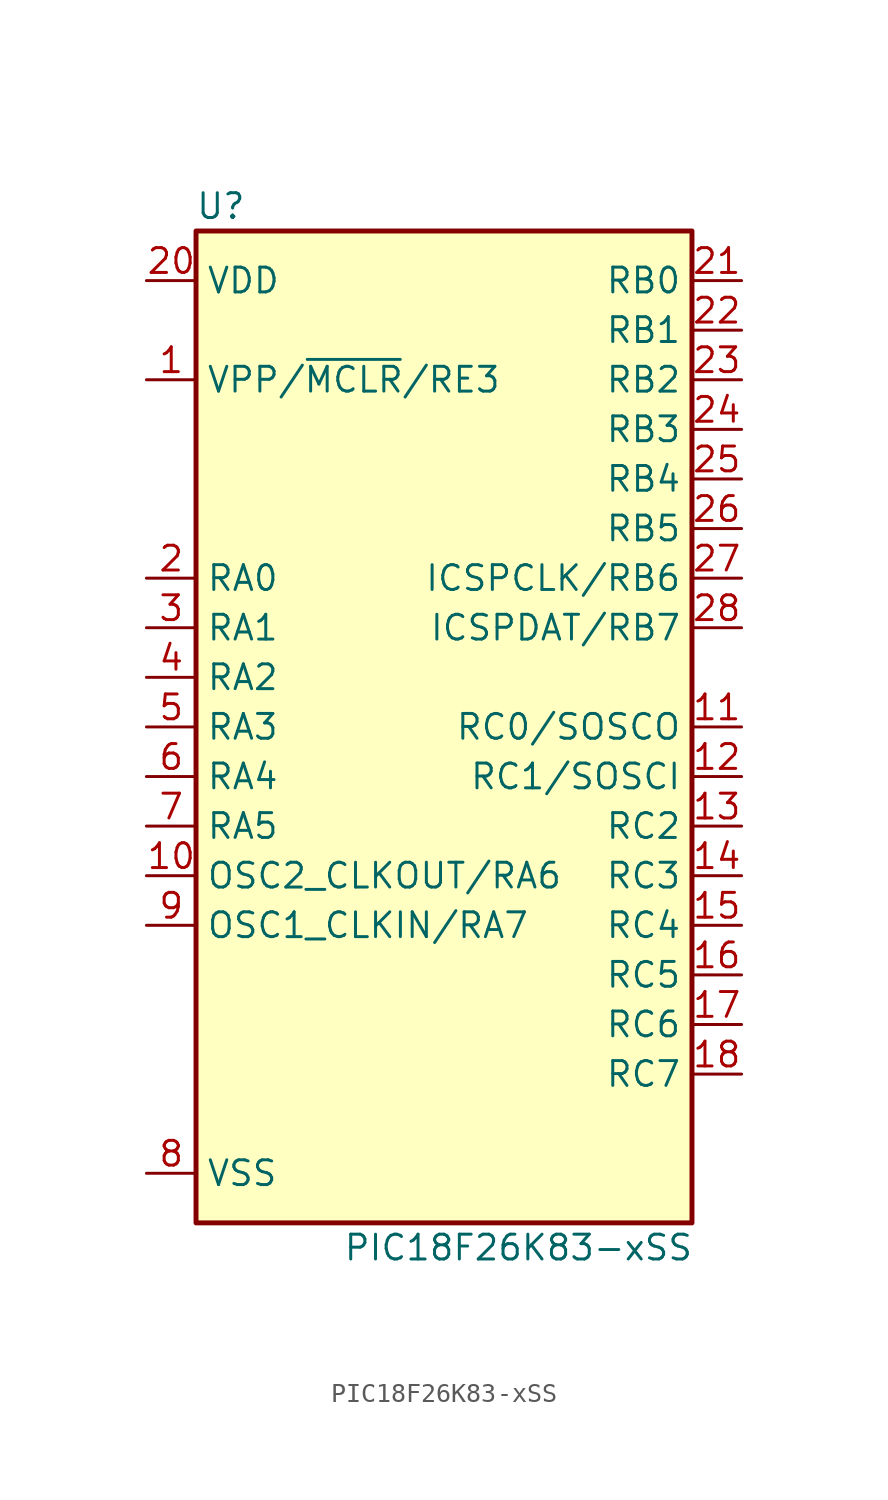
<source format=kicad_sym>
(kicad_symbol_lib
  (version 20220914)
  (generator kicad_symbol_editor)
  (symbol "PIC18F26K83-xSS"
    (property "Reference" "U"
      (at -11.43 26.67 0)
      (effects (font (size 1.27 1.27))))
    (property "Value" "PIC18F26K83-xSS"
      (at 3.81 -26.67 0)
      (effects (font (size 1.27 1.27))))
    (symbol "PIC18F26K83-xSS_0_1"
      (rectangle (start -12.7 25.4) (end 12.7 -25.4) (stroke (width 0.254) (type default)) (fill (type background))))
    (symbol "PIC18F26K83-xSS_1_1"
      (pin input line (at -15.24 17.78 0) (length 2.54) (name "VPP/~{MCLR}/RE3" (effects (font (size 1.27 1.27)))) (number "1" (effects (font (size 1.27 1.27)))))
      (pin bidirectional line (at -15.24 -7.62 0) (length 2.54) (name "OSC2_CLKOUT/RA6" (effects (font (size 1.27 1.27)))) (number "10" (effects (font (size 1.27 1.27)))))
      (pin bidirectional line (at 15.24 0 180) (length 2.54) (name "RC0/SOSCO" (effects (font (size 1.27 1.27)))) (number "11" (effects (font (size 1.27 1.27)))))
      (pin bidirectional line (at 15.24 -2.54 180) (length 2.54) (name "RC1/SOSCI" (effects (font (size 1.27 1.27)))) (number "12" (effects (font (size 1.27 1.27)))))
      (pin bidirectional line (at 15.24 -5.08 180) (length 2.54) (name "RC2" (effects (font (size 1.27 1.27)))) (number "13" (effects (font (size 1.27 1.27)))))
      (pin bidirectional line (at 15.24 -7.62 180) (length 2.54) (name "RC3" (effects (font (size 1.27 1.27)))) (number "14" (effects (font (size 1.27 1.27)))))
      (pin bidirectional line (at 15.24 -10.16 180) (length 2.54) (name "RC4" (effects (font (size 1.27 1.27)))) (number "15" (effects (font (size 1.27 1.27)))))
      (pin bidirectional line (at 15.24 -12.7 180) (length 2.54) (name "RC5" (effects (font (size 1.27 1.27)))) (number "16" (effects (font (size 1.27 1.27)))))
      (pin bidirectional line (at 15.24 -15.24 180) (length 2.54) (name "RC6" (effects (font (size 1.27 1.27)))) (number "17" (effects (font (size 1.27 1.27)))))
      (pin bidirectional line (at 15.24 -17.78 180) (length 2.54) (name "RC7" (effects (font (size 1.27 1.27)))) (number "18" (effects (font (size 1.27 1.27)))))
      (pin passive line (at -15.24 -22.86 0) (length 2.54) hide (name "VSS" (effects (font (size 1.27 1.27)))) (number "19" (effects (font (size 1.27 1.27)))))
      (pin bidirectional line (at -15.24 7.62 0) (length 2.54) (name "RA0" (effects (font (size 1.27 1.27)))) (number "2" (effects (font (size 1.27 1.27)))))
      (pin power_in line (at -15.24 22.86 0) (length 2.54) (name "VDD" (effects (font (size 1.27 1.27)))) (number "20" (effects (font (size 1.27 1.27)))))
      (pin bidirectional line (at 15.24 22.86 180) (length 2.54) (name "RB0" (effects (font (size 1.27 1.27)))) (number "21" (effects (font (size 1.27 1.27)))))
      (pin bidirectional line (at 15.24 20.32 180) (length 2.54) (name "RB1" (effects (font (size 1.27 1.27)))) (number "22" (effects (font (size 1.27 1.27)))))
      (pin bidirectional line (at 15.24 17.78 180) (length 2.54) (name "RB2" (effects (font (size 1.27 1.27)))) (number "23" (effects (font (size 1.27 1.27)))))
      (pin bidirectional line (at 15.24 15.24 180) (length 2.54) (name "RB3" (effects (font (size 1.27 1.27)))) (number "24" (effects (font (size 1.27 1.27)))))
      (pin bidirectional line (at 15.24 12.7 180) (length 2.54) (name "RB4" (effects (font (size 1.27 1.27)))) (number "25" (effects (font (size 1.27 1.27)))))
      (pin bidirectional line (at 15.24 10.16 180) (length 2.54) (name "RB5" (effects (font (size 1.27 1.27)))) (number "26" (effects (font (size 1.27 1.27)))))
      (pin bidirectional line (at 15.24 7.62 180) (length 2.54) (name "ICSPCLK/RB6" (effects (font (size 1.27 1.27)))) (number "27" (effects (font (size 1.27 1.27)))))
      (pin bidirectional line (at 15.24 5.08 180) (length 2.54) (name "ICSPDAT/RB7" (effects (font (size 1.27 1.27)))) (number "28" (effects (font (size 1.27 1.27)))))
      (pin bidirectional line (at -15.24 5.08 0) (length 2.54) (name "RA1" (effects (font (size 1.27 1.27)))) (number "3" (effects (font (size 1.27 1.27)))))
      (pin bidirectional line (at -15.24 2.54 0) (length 2.54) (name "RA2" (effects (font (size 1.27 1.27)))) (number "4" (effects (font (size 1.27 1.27)))))
      (pin bidirectional line (at -15.24 0 0) (length 2.54) (name "RA3" (effects (font (size 1.27 1.27)))) (number "5" (effects (font (size 1.27 1.27)))))
      (pin bidirectional line (at -15.24 -2.54 0) (length 2.54) (name "RA4" (effects (font (size 1.27 1.27)))) (number "6" (effects (font (size 1.27 1.27)))))
      (pin bidirectional line (at -15.24 -5.08 0) (length 2.54) (name "RA5" (effects (font (size 1.27 1.27)))) (number "7" (effects (font (size 1.27 1.27)))))
      (pin power_in line (at -15.24 -22.86 0) (length 2.54) (name "VSS" (effects (font (size 1.27 1.27)))) (number "8" (effects (font (size 1.27 1.27)))))
      (pin bidirectional line (at -15.24 -10.16 0) (length 2.54) (name "OSC1_CLKIN/RA7" (effects (font (size 1.27 1.27)))) (number "9" (effects (font (size 1.27 1.27))))))))
</source>
